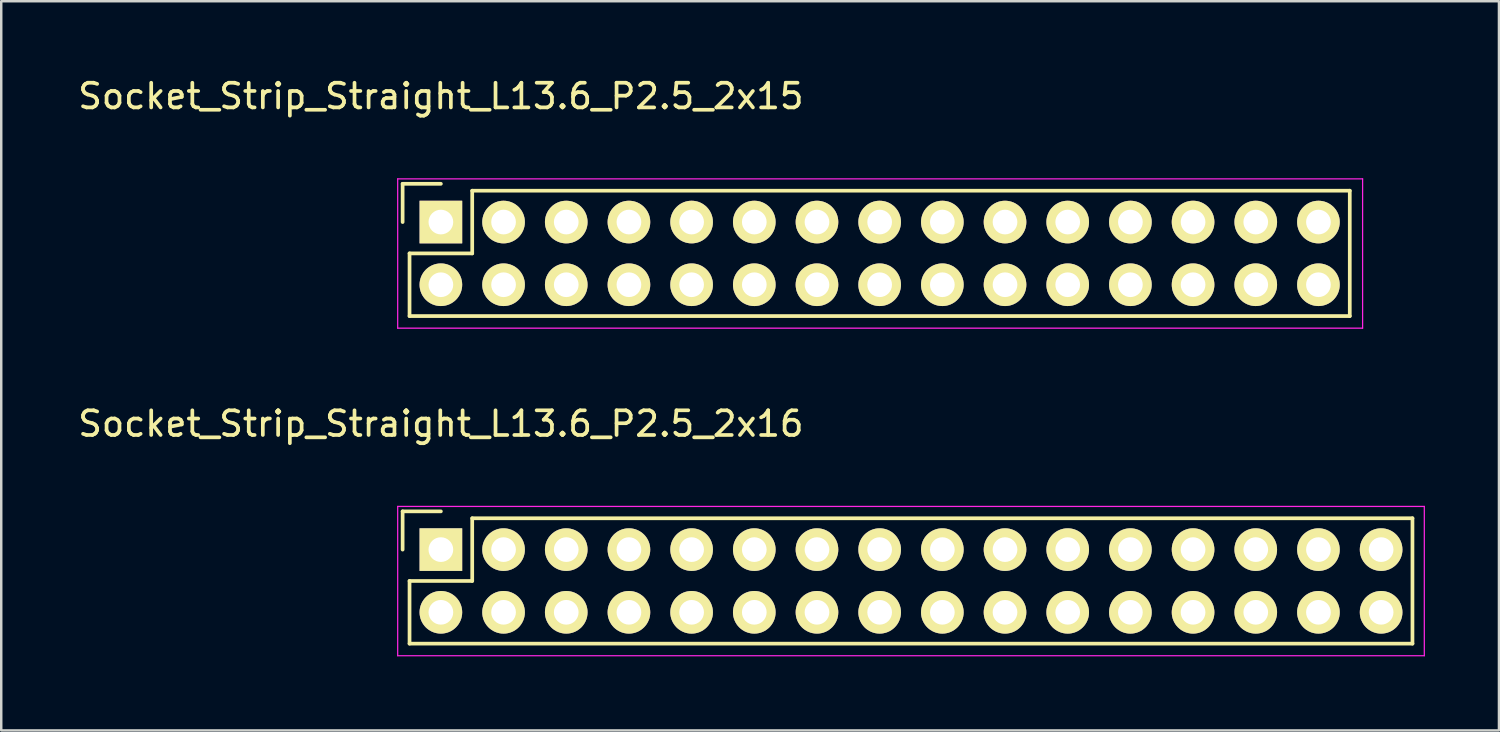
<source format=kicad_pcb>
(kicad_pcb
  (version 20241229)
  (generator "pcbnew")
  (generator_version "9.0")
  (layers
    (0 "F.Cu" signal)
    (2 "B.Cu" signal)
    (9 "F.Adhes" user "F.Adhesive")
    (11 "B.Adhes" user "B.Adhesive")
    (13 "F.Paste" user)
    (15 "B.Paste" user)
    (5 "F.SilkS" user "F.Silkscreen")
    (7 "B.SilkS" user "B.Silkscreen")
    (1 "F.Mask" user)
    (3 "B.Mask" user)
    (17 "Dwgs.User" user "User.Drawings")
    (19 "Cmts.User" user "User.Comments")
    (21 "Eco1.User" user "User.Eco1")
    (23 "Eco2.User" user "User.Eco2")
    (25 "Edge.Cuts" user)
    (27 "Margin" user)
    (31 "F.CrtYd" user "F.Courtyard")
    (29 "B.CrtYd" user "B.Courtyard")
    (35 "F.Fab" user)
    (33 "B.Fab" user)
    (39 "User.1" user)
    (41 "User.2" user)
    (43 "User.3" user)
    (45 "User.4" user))
  (footprint "Socket_Strip_Straight_L13.6_P2.5_2x15"
    (layer "F.Cu")
    (at 14.815 5.948)
    (property "Reference" "Socket_Strip_Straight_L13.6_P2.5_2x15" (at 0 -5.1 0) (layer "F.SilkS") (effects (font (size 1 1) (thickness 0.15))))
    (attr through_hole)
    (fp_line (start -1.55 -1.55) (end -1.55 0) (stroke (width 0.15) (type solid)) (layer "F.SilkS"))
    (fp_line (start -1.27 1.27) (end 1.27 1.27) (stroke (width 0.15) (type solid)) (layer "F.SilkS"))
    (fp_line (start -1.27 3.81) (end -1.27 1.27) (stroke (width 0.15) (type solid)) (layer "F.SilkS"))
    (fp_line (start 0 -1.55) (end -1.55 -1.55) (stroke (width 0.15) (type solid)) (layer "F.SilkS"))
    (fp_line (start 1.27 -1.27) (end 36.83 -1.27) (stroke (width 0.15) (type solid)) (layer "F.SilkS"))
    (fp_line (start 1.27 1.27) (end 1.27 -1.27) (stroke (width 0.15) (type solid)) (layer "F.SilkS"))
    (fp_line (start 36.83 3.81) (end -1.27 3.81) (stroke (width 0.15) (type solid)) (layer "F.SilkS"))
    (fp_line (start 36.83 3.81) (end 36.83 -1.27) (stroke (width 0.15) (type solid)) (layer "F.SilkS"))
    (fp_line (start -1.75 -1.75) (end -1.75 4.3) (stroke (width 0.05) (type solid)) (layer "F.CrtYd"))
    (fp_line (start -1.75 -1.75) (end 37.35 -1.75) (stroke (width 0.05) (type solid)) (layer "F.CrtYd"))
    (fp_line (start -1.75 4.3) (end 37.35 4.3) (stroke (width 0.05) (type solid)) (layer "F.CrtYd"))
    (fp_line (start 37.35 -1.75) (end 37.35 4.3) (stroke (width 0.05) (type solid)) (layer "F.CrtYd"))
    (pad "1" thru_hole rect (at 0 0) (size 1.727 1.727) (drill 1) (layers "*.Cu" "*.Mask" "F.SilkS"))
    (pad "2" thru_hole oval (at 0 2.54) (size 1.727 1.727) (drill 1) (layers "*.Cu" "*.Mask" "F.SilkS"))
    (pad "3" thru_hole oval (at 2.54 0) (size 1.727 1.727) (drill 1) (layers "*.Cu" "*.Mask" "F.SilkS"))
    (pad "4" thru_hole oval (at 2.54 2.54) (size 1.727 1.727) (drill 1) (layers "*.Cu" "*.Mask" "F.SilkS"))
    (pad "5" thru_hole oval (at 5.08 0) (size 1.727 1.727) (drill 1) (layers "*.Cu" "*.Mask" "F.SilkS"))
    (pad "6" thru_hole oval (at 5.08 2.54) (size 1.727 1.727) (drill 1) (layers "*.Cu" "*.Mask" "F.SilkS"))
    (pad "7" thru_hole oval (at 7.62 0) (size 1.727 1.727) (drill 1) (layers "*.Cu" "*.Mask" "F.SilkS"))
    (pad "8" thru_hole oval (at 7.62 2.54) (size 1.727 1.727) (drill 1) (layers "*.Cu" "*.Mask" "F.SilkS"))
    (pad "9" thru_hole oval (at 10.16 0) (size 1.727 1.727) (drill 1) (layers "*.Cu" "*.Mask" "F.SilkS"))
    (pad "10" thru_hole oval (at 10.16 2.54) (size 1.727 1.727) (drill 1) (layers "*.Cu" "*.Mask" "F.SilkS"))
    (pad "11" thru_hole oval (at 12.7 0) (size 1.727 1.727) (drill 1) (layers "*.Cu" "*.Mask" "F.SilkS"))
    (pad "12" thru_hole oval (at 12.7 2.54) (size 1.727 1.727) (drill 1) (layers "*.Cu" "*.Mask" "F.SilkS"))
    (pad "13" thru_hole oval (at 15.24 0) (size 1.727 1.727) (drill 1) (layers "*.Cu" "*.Mask" "F.SilkS"))
    (pad "14" thru_hole oval (at 15.24 2.54) (size 1.727 1.727) (drill 1) (layers "*.Cu" "*.Mask" "F.SilkS"))
    (pad "15" thru_hole oval (at 17.78 0) (size 1.727 1.727) (drill 1) (layers "*.Cu" "*.Mask" "F.SilkS"))
    (pad "16" thru_hole oval (at 17.78 2.54) (size 1.727 1.727) (drill 1) (layers "*.Cu" "*.Mask" "F.SilkS"))
    (pad "17" thru_hole oval (at 20.32 0) (size 1.727 1.727) (drill 1) (layers "*.Cu" "*.Mask" "F.SilkS"))
    (pad "18" thru_hole oval (at 20.32 2.54) (size 1.727 1.727) (drill 1) (layers "*.Cu" "*.Mask" "F.SilkS"))
    (pad "19" thru_hole oval (at 22.86 0) (size 1.727 1.727) (drill 1) (layers "*.Cu" "*.Mask" "F.SilkS"))
    (pad "20" thru_hole oval (at 22.86 2.54) (size 1.727 1.727) (drill 1) (layers "*.Cu" "*.Mask" "F.SilkS"))
    (pad "21" thru_hole oval (at 25.4 0) (size 1.727 1.727) (drill 1) (layers "*.Cu" "*.Mask" "F.SilkS"))
    (pad "22" thru_hole oval (at 25.4 2.54) (size 1.727 1.727) (drill 1) (layers "*.Cu" "*.Mask" "F.SilkS"))
    (pad "23" thru_hole oval (at 27.94 0) (size 1.727 1.727) (drill 1) (layers "*.Cu" "*.Mask" "F.SilkS"))
    (pad "24" thru_hole oval (at 27.94 2.54) (size 1.727 1.727) (drill 1) (layers "*.Cu" "*.Mask" "F.SilkS"))
    (pad "25" thru_hole oval (at 30.48 0) (size 1.727 1.727) (drill 1) (layers "*.Cu" "*.Mask" "F.SilkS"))
    (pad "26" thru_hole oval (at 30.48 2.54) (size 1.727 1.727) (drill 1) (layers "*.Cu" "*.Mask" "F.SilkS"))
    (pad "27" thru_hole oval (at 33.02 0) (size 1.727 1.727) (drill 1) (layers "*.Cu" "*.Mask" "F.SilkS"))
    (pad "28" thru_hole oval (at 33.02 2.54) (size 1.727 1.727) (drill 1) (layers "*.Cu" "*.Mask" "F.SilkS"))
    (pad "29" thru_hole oval (at 35.56 0) (size 1.727 1.727) (drill 1) (layers "*.Cu" "*.Mask" "F.SilkS"))
    (pad "30" thru_hole oval (at 35.56 2.54) (size 1.727 1.727) (drill 1) (layers "*.Cu" "*.Mask" "F.SilkS")))
  (footprint "Socket_Strip_Straight_L13.6_P2.5_2x16"
    (layer "F.Cu")
    (at 14.815 19.221)
    (property "Reference" "Socket_Strip_Straight_L13.6_P2.5_2x16" (at 0 -5.1 0) (layer "F.SilkS") (effects (font (size 1 1) (thickness 0.15))))
    (attr through_hole)
    (fp_line (start -1.55 -1.55) (end -1.55 0) (stroke (width 0.15) (type solid)) (layer "F.SilkS"))
    (fp_line (start -1.27 1.27) (end 1.27 1.27) (stroke (width 0.15) (type solid)) (layer "F.SilkS"))
    (fp_line (start -1.27 3.81) (end -1.27 1.27) (stroke (width 0.15) (type solid)) (layer "F.SilkS"))
    (fp_line (start 0 -1.55) (end -1.55 -1.55) (stroke (width 0.15) (type solid)) (layer "F.SilkS"))
    (fp_line (start 1.27 -1.27) (end 39.37 -1.27) (stroke (width 0.15) (type solid)) (layer "F.SilkS"))
    (fp_line (start 1.27 1.27) (end 1.27 -1.27) (stroke (width 0.15) (type solid)) (layer "F.SilkS"))
    (fp_line (start 39.37 3.81) (end -1.27 3.81) (stroke (width 0.15) (type solid)) (layer "F.SilkS"))
    (fp_line (start 39.37 3.81) (end 39.37 -1.27) (stroke (width 0.15) (type solid)) (layer "F.SilkS"))
    (fp_line (start -1.75 -1.75) (end -1.75 4.3) (stroke (width 0.05) (type solid)) (layer "F.CrtYd"))
    (fp_line (start -1.75 -1.75) (end 39.85 -1.75) (stroke (width 0.05) (type solid)) (layer "F.CrtYd"))
    (fp_line (start -1.75 4.3) (end 39.85 4.3) (stroke (width 0.05) (type solid)) (layer "F.CrtYd"))
    (fp_line (start 39.85 -1.75) (end 39.85 4.3) (stroke (width 0.05) (type solid)) (layer "F.CrtYd"))
    (pad "1" thru_hole rect (at 0 0) (size 1.727 1.727) (drill 1) (layers "*.Cu" "*.Mask" "F.SilkS"))
    (pad "2" thru_hole oval (at 0 2.54) (size 1.727 1.727) (drill 1) (layers "*.Cu" "*.Mask" "F.SilkS"))
    (pad "3" thru_hole oval (at 2.54 0) (size 1.727 1.727) (drill 1) (layers "*.Cu" "*.Mask" "F.SilkS"))
    (pad "4" thru_hole oval (at 2.54 2.54) (size 1.727 1.727) (drill 1) (layers "*.Cu" "*.Mask" "F.SilkS"))
    (pad "5" thru_hole oval (at 5.08 0) (size 1.727 1.727) (drill 1) (layers "*.Cu" "*.Mask" "F.SilkS"))
    (pad "6" thru_hole oval (at 5.08 2.54) (size 1.727 1.727) (drill 1) (layers "*.Cu" "*.Mask" "F.SilkS"))
    (pad "7" thru_hole oval (at 7.62 0) (size 1.727 1.727) (drill 1) (layers "*.Cu" "*.Mask" "F.SilkS"))
    (pad "8" thru_hole oval (at 7.62 2.54) (size 1.727 1.727) (drill 1) (layers "*.Cu" "*.Mask" "F.SilkS"))
    (pad "9" thru_hole oval (at 10.16 0) (size 1.727 1.727) (drill 1) (layers "*.Cu" "*.Mask" "F.SilkS"))
    (pad "10" thru_hole oval (at 10.16 2.54) (size 1.727 1.727) (drill 1) (layers "*.Cu" "*.Mask" "F.SilkS"))
    (pad "11" thru_hole oval (at 12.7 0) (size 1.727 1.727) (drill 1) (layers "*.Cu" "*.Mask" "F.SilkS"))
    (pad "12" thru_hole oval (at 12.7 2.54) (size 1.727 1.727) (drill 1) (layers "*.Cu" "*.Mask" "F.SilkS"))
    (pad "13" thru_hole oval (at 15.24 0) (size 1.727 1.727) (drill 1) (layers "*.Cu" "*.Mask" "F.SilkS"))
    (pad "14" thru_hole oval (at 15.24 2.54) (size 1.727 1.727) (drill 1) (layers "*.Cu" "*.Mask" "F.SilkS"))
    (pad "15" thru_hole oval (at 17.78 0) (size 1.727 1.727) (drill 1) (layers "*.Cu" "*.Mask" "F.SilkS"))
    (pad "16" thru_hole oval (at 17.78 2.54) (size 1.727 1.727) (drill 1) (layers "*.Cu" "*.Mask" "F.SilkS"))
    (pad "17" thru_hole oval (at 20.32 0) (size 1.727 1.727) (drill 1) (layers "*.Cu" "*.Mask" "F.SilkS"))
    (pad "18" thru_hole oval (at 20.32 2.54) (size 1.727 1.727) (drill 1) (layers "*.Cu" "*.Mask" "F.SilkS"))
    (pad "19" thru_hole oval (at 22.86 0) (size 1.727 1.727) (drill 1) (layers "*.Cu" "*.Mask" "F.SilkS"))
    (pad "20" thru_hole oval (at 22.86 2.54) (size 1.727 1.727) (drill 1) (layers "*.Cu" "*.Mask" "F.SilkS"))
    (pad "21" thru_hole oval (at 25.4 0) (size 1.727 1.727) (drill 1) (layers "*.Cu" "*.Mask" "F.SilkS"))
    (pad "22" thru_hole oval (at 25.4 2.54) (size 1.727 1.727) (drill 1) (layers "*.Cu" "*.Mask" "F.SilkS"))
    (pad "23" thru_hole oval (at 27.94 0) (size 1.727 1.727) (drill 1) (layers "*.Cu" "*.Mask" "F.SilkS"))
    (pad "24" thru_hole oval (at 27.94 2.54) (size 1.727 1.727) (drill 1) (layers "*.Cu" "*.Mask" "F.SilkS"))
    (pad "25" thru_hole oval (at 30.48 0) (size 1.727 1.727) (drill 1) (layers "*.Cu" "*.Mask" "F.SilkS"))
    (pad "26" thru_hole oval (at 30.48 2.54) (size 1.727 1.727) (drill 1) (layers "*.Cu" "*.Mask" "F.SilkS"))
    (pad "27" thru_hole oval (at 33.02 0) (size 1.727 1.727) (drill 1) (layers "*.Cu" "*.Mask" "F.SilkS"))
    (pad "28" thru_hole oval (at 33.02 2.54) (size 1.727 1.727) (drill 1) (layers "*.Cu" "*.Mask" "F.SilkS"))
    (pad "29" thru_hole oval (at 35.56 0) (size 1.727 1.727) (drill 1) (layers "*.Cu" "*.Mask" "F.SilkS"))
    (pad "30" thru_hole oval (at 35.56 2.54) (size 1.727 1.727) (drill 1) (layers "*.Cu" "*.Mask" "F.SilkS"))
    (pad "31" thru_hole oval (at 38.1 0) (size 1.727 1.727) (drill 1) (layers "*.Cu" "*.Mask" "F.SilkS"))
    (pad "32" thru_hole oval (at 38.1 2.54) (size 1.727 1.727) (drill 1) (layers "*.Cu" "*.Mask" "F.SilkS")))
  (gr_rect
    (start -3 -3)
    (end 57.69 26.547)
    (stroke (width 0.1) (type default))
    (fill no)
    (layer "Edge.Cuts")))
</source>
